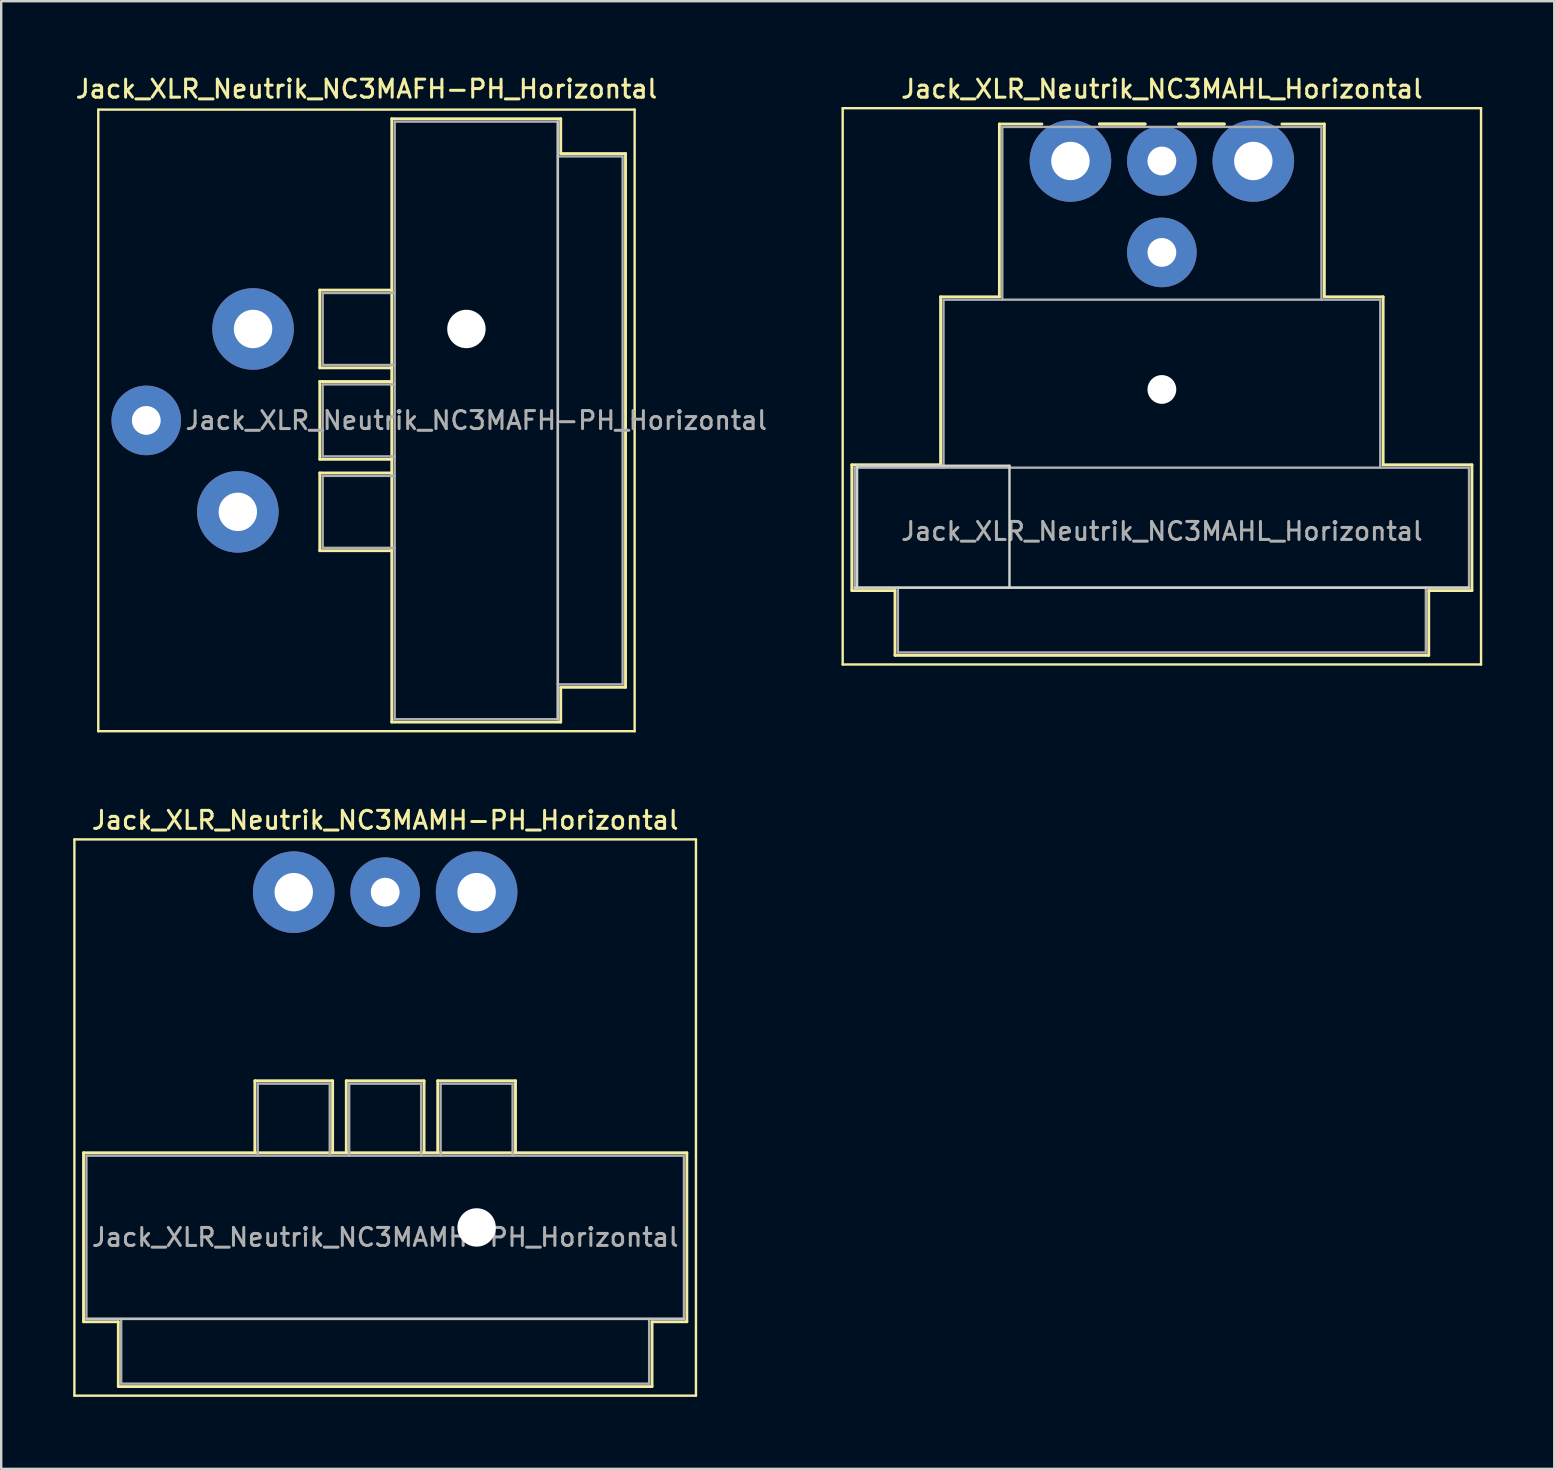
<source format=kicad_pcb>
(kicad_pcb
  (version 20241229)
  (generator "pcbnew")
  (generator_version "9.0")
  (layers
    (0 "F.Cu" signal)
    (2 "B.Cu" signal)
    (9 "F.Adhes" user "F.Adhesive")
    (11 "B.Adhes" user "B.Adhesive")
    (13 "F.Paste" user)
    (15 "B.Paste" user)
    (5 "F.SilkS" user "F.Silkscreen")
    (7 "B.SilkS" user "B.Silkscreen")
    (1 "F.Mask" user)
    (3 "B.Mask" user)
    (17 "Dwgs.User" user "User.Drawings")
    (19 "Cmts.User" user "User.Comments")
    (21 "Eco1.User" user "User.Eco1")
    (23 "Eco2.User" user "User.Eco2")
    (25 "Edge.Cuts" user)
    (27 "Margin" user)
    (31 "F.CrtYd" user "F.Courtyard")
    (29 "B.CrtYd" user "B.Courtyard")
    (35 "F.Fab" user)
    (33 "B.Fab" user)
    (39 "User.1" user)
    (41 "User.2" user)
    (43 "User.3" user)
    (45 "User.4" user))
  (footprint "Jack_XLR_Neutrik_NC3MAFH-PH_Horizontal"
    (layer "F.Cu")
    (at 7.495 10.658)
    (property "Reference" "Jack_XLR_Neutrik_NC3MAFH-PH_Horizontal" (at 4.725 -10 0) (layer "F.SilkS") (effects (font (size 0.75 0.75) (thickness 0.125))))
    (attr through_hole)
    (fp_line (start -6.45 -9.14) (end -6.45 16.76) (stroke (width 0.1) (type solid)) (layer "F.SilkS"))
    (fp_line (start 2.78 -1.62) (end 2.78 1.62) (stroke (width 0.12) (type solid)) (layer "F.SilkS"))
    (fp_line (start 2.78 2.19) (end 2.78 5.43) (stroke (width 0.12) (type solid)) (layer "F.SilkS"))
    (fp_line (start 2.78 6) (end 2.78 9.24) (stroke (width 0.12) (type solid)) (layer "F.SilkS"))
    (fp_line (start 5.78 -1.62) (end 2.78 -1.62) (stroke (width 0.12) (type solid)) (layer "F.SilkS"))
    (fp_line (start 5.78 1.62) (end 2.78 1.62) (stroke (width 0.12) (type solid)) (layer "F.SilkS"))
    (fp_line (start 5.78 2.19) (end 2.78 2.19) (stroke (width 0.12) (type solid)) (layer "F.SilkS"))
    (fp_line (start 5.78 5.43) (end 2.78 5.43) (stroke (width 0.12) (type solid)) (layer "F.SilkS"))
    (fp_line (start 5.78 6) (end 2.78 6) (stroke (width 0.12) (type solid)) (layer "F.SilkS"))
    (fp_line (start 5.78 9.24) (end 2.78 9.24) (stroke (width 0.12) (type solid)) (layer "F.SilkS"))
    (fp_line (start 5.78 16.38) (end 5.78 -8.76) (stroke (width 0.12) (type solid)) (layer "F.SilkS"))
    (fp_line (start 12.82 -8.76) (end 5.78 -8.76) (stroke (width 0.12) (type solid)) (layer "F.SilkS"))
    (fp_line (start 12.82 -8.76) (end 12.82 -7.31) (stroke (width 0.12) (type solid)) (layer "F.SilkS"))
    (fp_line (start 12.82 -7.31) (end 15.52 -7.31) (stroke (width 0.12) (type solid)) (layer "F.SilkS"))
    (fp_line (start 12.82 14.93) (end 12.82 16.38) (stroke (width 0.12) (type solid)) (layer "F.SilkS"))
    (fp_line (start 12.82 14.93) (end 15.52 14.93) (stroke (width 0.12) (type solid)) (layer "F.SilkS"))
    (fp_line (start 12.82 16.38) (end 5.78 16.38) (stroke (width 0.12) (type solid)) (layer "F.SilkS"))
    (fp_line (start 15.52 -7.31) (end 15.52 14.93) (stroke (width 0.12) (type solid)) (layer "F.SilkS"))
    (fp_line (start 15.9 -9.14) (end -6.45 -9.14) (stroke (width 0.1) (type solid)) (layer "F.SilkS"))
    (fp_line (start 15.9 -9.14) (end 15.9 16.76) (stroke (width 0.1) (type solid)) (layer "F.SilkS"))
    (fp_line (start 15.9 16.76) (end -6.45 16.76) (stroke (width 0.1) (type solid)) (layer "F.SilkS"))
    (fp_line (start 12.7 -8.64) (end 12.7 16.26) (stroke (width 0.1) (type solid)) (layer "Dwgs.User"))
    (fp_line (start 2.9 -1.5) (end 2.9 1.5) (stroke (width 0.1) (type solid)) (layer "F.Fab"))
    (fp_line (start 2.9 2.31) (end 2.9 5.31) (stroke (width 0.1) (type solid)) (layer "F.Fab"))
    (fp_line (start 2.9 6.12) (end 2.9 9.12) (stroke (width 0.1) (type solid)) (layer "F.Fab"))
    (fp_line (start 2.9 9.12) (end 5.9 9.12) (stroke (width 0.1) (type solid)) (layer "F.Fab"))
    (fp_line (start 5.9 -8.64) (end 12.7 -8.64) (stroke (width 0.1) (type solid)) (layer "F.Fab"))
    (fp_line (start 5.9 -1.5) (end 2.9 -1.5) (stroke (width 0.1) (type solid)) (layer "F.Fab"))
    (fp_line (start 5.9 1.5) (end 2.9 1.5) (stroke (width 0.1) (type solid)) (layer "F.Fab"))
    (fp_line (start 5.9 2.31) (end 2.9 2.31) (stroke (width 0.1) (type solid)) (layer "F.Fab"))
    (fp_line (start 5.9 5.31) (end 2.9 5.31) (stroke (width 0.1) (type solid)) (layer "F.Fab"))
    (fp_line (start 5.9 6.12) (end 2.9 6.12) (stroke (width 0.1) (type solid)) (layer "F.Fab"))
    (fp_line (start 5.9 16.26) (end 5.9 -8.64) (stroke (width 0.1) (type solid)) (layer "F.Fab"))
    (fp_line (start 12.7 -8.64) (end 12.7 16.26) (stroke (width 0.1) (type solid)) (layer "F.Fab"))
    (fp_line (start 12.7 -7.19) (end 15.4 -7.19) (stroke (width 0.1) (type solid)) (layer "F.Fab"))
    (fp_line (start 12.7 16.26) (end 5.9 16.26) (stroke (width 0.1) (type solid)) (layer "F.Fab"))
    (fp_line (start 15.4 -7.19) (end 15.4 14.81) (stroke (width 0.1) (type solid)) (layer "F.Fab"))
    (fp_line (start 15.4 14.81) (end 12.7 14.81) (stroke (width 0.1) (type solid)) (layer "F.Fab"))
    (fp_text user "${REFERENCE}" (at 9.3 3.81 0) (layer "F.Fab") (effects (font (size 0.75 0.75) (thickness 0.125))))
    (pad "" np_thru_hole circle (at 8.89 0) (size 1.6 1.6) (drill 1.6) (layers "*.Cu" "*.Mask"))
    (pad "1" thru_hole circle (at 0 0) (size 3.4 3.4) (drill 1.6) (layers "*.Cu" "*.Mask"))
    (pad "2" thru_hole circle (at -0.635 7.62) (size 3.4 3.4) (drill 1.6) (layers "*.Cu" "*.Mask"))
    (pad "3" thru_hole circle (at -4.45 3.81) (size 2.9 2.9) (drill 1.2) (layers "*.Cu" "*.Mask")))
  (footprint "Jack_XLR_Neutrik_NC3MAMH-PH_Horizontal"
    (layer "F.Cu")
    (at 9.19 34.126)
    (property "Reference" "Jack_XLR_Neutrik_NC3MAMH-PH_Horizontal" (at 3.81 -3 0) (layer "F.SilkS") (effects (font (size 0.75 0.75) (thickness 0.125))))
    (attr through_hole)
    (fp_line (start -9.14 20.98) (end -9.14 -2.2) (stroke (width 0.1) (type solid)) (layer "F.SilkS"))
    (fp_line (start -8.76 10.86) (end 16.38 10.86) (stroke (width 0.12) (type solid)) (layer "F.SilkS"))
    (fp_line (start -8.76 17.9) (end -8.76 10.86) (stroke (width 0.12) (type solid)) (layer "F.SilkS"))
    (fp_line (start -7.31 17.9) (end -8.76 17.9) (stroke (width 0.12) (type solid)) (layer "F.SilkS"))
    (fp_line (start -7.31 17.9) (end -7.31 20.6) (stroke (width 0.12) (type solid)) (layer "F.SilkS"))
    (fp_line (start -1.62 10.86) (end -1.62 7.86) (stroke (width 0.12) (type solid)) (layer "F.SilkS"))
    (fp_line (start 1.62 7.86) (end -1.62 7.86) (stroke (width 0.12) (type solid)) (layer "F.SilkS"))
    (fp_line (start 1.62 10.86) (end 1.62 7.86) (stroke (width 0.12) (type solid)) (layer "F.SilkS"))
    (fp_line (start 2.19 10.86) (end 2.19 7.86) (stroke (width 0.12) (type solid)) (layer "F.SilkS"))
    (fp_line (start 5.43 7.86) (end 2.19 7.86) (stroke (width 0.12) (type solid)) (layer "F.SilkS"))
    (fp_line (start 5.43 10.86) (end 5.43 7.86) (stroke (width 0.12) (type solid)) (layer "F.SilkS"))
    (fp_line (start 6 10.86) (end 6 7.86) (stroke (width 0.12) (type solid)) (layer "F.SilkS"))
    (fp_line (start 9.24 7.86) (end 6 7.86) (stroke (width 0.12) (type solid)) (layer "F.SilkS"))
    (fp_line (start 9.24 10.86) (end 9.24 7.86) (stroke (width 0.12) (type solid)) (layer "F.SilkS"))
    (fp_line (start 14.93 17.9) (end 14.93 20.6) (stroke (width 0.12) (type solid)) (layer "F.SilkS"))
    (fp_line (start 14.93 20.6) (end -7.31 20.6) (stroke (width 0.12) (type solid)) (layer "F.SilkS"))
    (fp_line (start 16.38 17.9) (end 14.93 17.9) (stroke (width 0.12) (type solid)) (layer "F.SilkS"))
    (fp_line (start 16.38 17.9) (end 16.38 10.86) (stroke (width 0.12) (type solid)) (layer "F.SilkS"))
    (fp_line (start 16.76 -2.2) (end -9.14 -2.2) (stroke (width 0.1) (type solid)) (layer "F.SilkS"))
    (fp_line (start 16.76 20.98) (end -9.14 20.98) (stroke (width 0.1) (type solid)) (layer "F.SilkS"))
    (fp_line (start 16.76 20.98) (end 16.76 -2.2) (stroke (width 0.1) (type solid)) (layer "F.SilkS"))
    (fp_line (start 16.26 17.78) (end -8.64 17.78) (stroke (width 0.1) (type solid)) (layer "Dwgs.User"))
    (fp_line (start -8.64 10.98) (end 16.26 10.98) (stroke (width 0.1) (type solid)) (layer "F.Fab"))
    (fp_line (start -8.64 17.78) (end -8.64 10.98) (stroke (width 0.1) (type solid)) (layer "F.Fab"))
    (fp_line (start -7.19 20.48) (end -7.19 17.78) (stroke (width 0.1) (type solid)) (layer "F.Fab"))
    (fp_line (start -1.5 7.98) (end -1.5 10.98) (stroke (width 0.1) (type solid)) (layer "F.Fab"))
    (fp_line (start 1.5 7.98) (end -1.5 7.98) (stroke (width 0.1) (type solid)) (layer "F.Fab"))
    (fp_line (start 1.5 10.98) (end 1.5 7.98) (stroke (width 0.1) (type solid)) (layer "F.Fab"))
    (fp_line (start 2.31 10.98) (end 2.31 7.98) (stroke (width 0.1) (type solid)) (layer "F.Fab"))
    (fp_line (start 5.31 7.98) (end 2.31 7.98) (stroke (width 0.1) (type solid)) (layer "F.Fab"))
    (fp_line (start 5.31 10.98) (end 5.31 7.98) (stroke (width 0.1) (type solid)) (layer "F.Fab"))
    (fp_line (start 6.12 10.98) (end 6.12 7.98) (stroke (width 0.1) (type solid)) (layer "F.Fab"))
    (fp_line (start 9.12 7.98) (end 6.12 7.98) (stroke (width 0.1) (type solid)) (layer "F.Fab"))
    (fp_line (start 9.12 10.98) (end 9.12 7.98) (stroke (width 0.1) (type solid)) (layer "F.Fab"))
    (fp_line (start 14.81 17.78) (end 14.81 20.48) (stroke (width 0.1) (type solid)) (layer "F.Fab"))
    (fp_line (start 14.81 20.48) (end -7.19 20.48) (stroke (width 0.1) (type solid)) (layer "F.Fab"))
    (fp_line (start 16.26 10.98) (end 16.26 17.78) (stroke (width 0.1) (type solid)) (layer "F.Fab"))
    (fp_line (start 16.26 17.78) (end -8.64 17.78) (stroke (width 0.1) (type solid)) (layer "F.Fab"))
    (fp_text user "${REFERENCE}" (at 3.81 14.38 0) (layer "F.Fab") (effects (font (size 0.75 0.75) (thickness 0.125))))
    (pad "" np_thru_hole circle (at 7.62 13.97) (size 1.6 1.6) (drill 1.6) (layers "*.Cu" "*.Mask"))
    (pad "1" thru_hole circle (at 0 0) (size 3.4 3.4) (drill 1.6) (layers "*.Cu" "*.Mask"))
    (pad "2" thru_hole circle (at 7.62 0) (size 3.4 3.4) (drill 1.6) (layers "*.Cu" "*.Mask"))
    (pad "3" thru_hole circle (at 3.81 0) (size 2.9 2.9) (drill 1.2) (layers "*.Cu" "*.Mask")))
  (footprint "Jack_XLR_Neutrik_NC3MAHL_Horizontal"
    (layer "F.Cu")
    (at 45.364 3.658)
    (property "Reference" "Jack_XLR_Neutrik_NC3MAHL_Horizontal" (at 0 -3 0) (layer "F.SilkS") (effects (font (size 0.75 0.75) (thickness 0.125))))
    (attr through_hole)
    (fp_line (start -13.3 20.98) (end -13.3 -2.2) (stroke (width 0.1) (type solid)) (layer "F.SilkS"))
    (fp_line (start -12.92 12.66) (end -9.22 12.66) (stroke (width 0.12) (type solid)) (layer "F.SilkS"))
    (fp_line (start -12.92 17.9) (end -12.92 12.66) (stroke (width 0.12) (type solid)) (layer "F.SilkS"))
    (fp_line (start -11.12 17.9) (end -12.92 17.9) (stroke (width 0.12) (type solid)) (layer "F.SilkS"))
    (fp_line (start -11.12 17.9) (end -11.12 20.6) (stroke (width 0.12) (type solid)) (layer "F.SilkS"))
    (fp_line (start -9.22 12.66) (end -9.22 5.66) (stroke (width 0.12) (type solid)) (layer "F.SilkS"))
    (fp_line (start -6.77 5.66) (end -9.22 5.66) (stroke (width 0.12) (type solid)) (layer "F.SilkS"))
    (fp_line (start -6.77 5.66) (end -6.77 -1.54) (stroke (width 0.12) (type solid)) (layer "F.SilkS"))
    (fp_line (start -5 -1.54) (end -6.77 -1.54) (stroke (width 0.12) (type solid)) (layer "F.SilkS"))
    (fp_line (start -0.7 -1.54) (end -2.6 -1.54) (stroke (width 0.12) (type solid)) (layer "F.SilkS"))
    (fp_line (start -0.7 -1.54) (end -2.6 -1.54) (stroke (width 0.12) (type solid)) (layer "F.SilkS"))
    (fp_line (start 0.7 -1.54) (end 2.6 -1.54) (stroke (width 0.12) (type solid)) (layer "F.SilkS"))
    (fp_line (start 0.7 -1.54) (end 2.6 -1.54) (stroke (width 0.12) (type solid)) (layer "F.SilkS"))
    (fp_line (start 6.77 -1.54) (end 5 -1.54) (stroke (width 0.12) (type solid)) (layer "F.SilkS"))
    (fp_line (start 6.77 5.66) (end 6.77 -1.54) (stroke (width 0.12) (type solid)) (layer "F.SilkS"))
    (fp_line (start 6.77 5.66) (end 9.22 5.66) (stroke (width 0.12) (type solid)) (layer "F.SilkS"))
    (fp_line (start 9.22 12.66) (end 9.22 5.66) (stroke (width 0.12) (type solid)) (layer "F.SilkS"))
    (fp_line (start 9.22 12.66) (end 12.92 12.66) (stroke (width 0.12) (type solid)) (layer "F.SilkS"))
    (fp_line (start 11.12 17.9) (end 11.12 20.6) (stroke (width 0.12) (type solid)) (layer "F.SilkS"))
    (fp_line (start 11.12 20.6) (end -11.12 20.6) (stroke (width 0.12) (type solid)) (layer "F.SilkS"))
    (fp_line (start 12.92 17.9) (end 11.12 17.9) (stroke (width 0.12) (type solid)) (layer "F.SilkS"))
    (fp_line (start 12.92 17.9) (end 12.92 12.66) (stroke (width 0.12) (type solid)) (layer "F.SilkS"))
    (fp_line (start 13.3 -2.2) (end -13.3 -2.2) (stroke (width 0.1) (type solid)) (layer "F.SilkS"))
    (fp_line (start 13.3 20.98) (end -13.3 20.98) (stroke (width 0.1) (type solid)) (layer "F.SilkS"))
    (fp_line (start 13.3 20.98) (end 13.3 -2.2) (stroke (width 0.1) (type solid)) (layer "F.SilkS"))
    (fp_line (start -12.7 12.7) (end -12.7 17.78) (stroke (width 0.1) (type solid)) (layer "Edge.Cuts"))
    (fp_line (start -6.35 12.7) (end -12.7 12.7) (stroke (width 0.1) (type solid)) (layer "Edge.Cuts"))
    (fp_line (start -6.35 17.78) (end -6.35 12.7) (stroke (width 0.1) (type solid)) (layer "Edge.Cuts"))
    (fp_line (start 12.8 17.78) (end -12.8 17.78) (stroke (width 0.1) (type solid)) (layer "Edge.Cuts"))
    (fp_line (start -12.8 12.78) (end 12.8 12.78) (stroke (width 0.1) (type solid)) (layer "F.Fab"))
    (fp_line (start -12.8 17.78) (end -12.8 12.78) (stroke (width 0.1) (type solid)) (layer "F.Fab"))
    (fp_line (start -11 20.48) (end -11 17.78) (stroke (width 0.1) (type solid)) (layer "F.Fab"))
    (fp_line (start -9.1 5.78) (end -9.1 12.78) (stroke (width 0.1) (type solid)) (layer "F.Fab"))
    (fp_line (start -9.1 5.78) (end 9.1 5.78) (stroke (width 0.1) (type solid)) (layer "F.Fab"))
    (fp_line (start -6.65 5.78) (end -6.65 -1.42) (stroke (width 0.1) (type solid)) (layer "F.Fab"))
    (fp_line (start 6.65 -1.42) (end -6.65 -1.42) (stroke (width 0.1) (type solid)) (layer "F.Fab"))
    (fp_line (start 6.65 5.78) (end 6.65 -1.42) (stroke (width 0.1) (type solid)) (layer "F.Fab"))
    (fp_line (start 9.1 12.78) (end 9.1 5.78) (stroke (width 0.1) (type solid)) (layer "F.Fab"))
    (fp_line (start 11 17.78) (end 11 20.48) (stroke (width 0.1) (type solid)) (layer "F.Fab"))
    (fp_line (start 11 20.48) (end -11 20.48) (stroke (width 0.1) (type solid)) (layer "F.Fab"))
    (fp_line (start 12.8 12.78) (end 12.8 17.78) (stroke (width 0.1) (type solid)) (layer "F.Fab"))
    (fp_line (start 12.8 17.78) (end -12.8 17.78) (stroke (width 0.1) (type solid)) (layer "F.Fab"))
    (fp_text user "${REFERENCE}" (at 0 15.43 0) (layer "F.Fab") (effects (font (size 0.75 0.75) (thickness 0.125))))
    (pad "" np_thru_hole circle (at 0 9.52) (size 1.2 1.2) (drill 1.2) (layers "*.Cu" "*.Mask"))
    (pad "1" thru_hole circle (at 0 0) (size 2.9 2.9) (drill 1.2) (layers "*.Cu" "*.Mask"))
    (pad "2" thru_hole circle (at -3.81 0) (size 3.4 3.4) (drill 1.6) (layers "*.Cu" "*.Mask"))
    (pad "3" thru_hole circle (at 3.81 0) (size 3.4 3.4) (drill 1.6) (layers "*.Cu" "*.Mask"))
    (pad "G" thru_hole circle (at 0 3.81) (size 2.9 2.9) (drill 1.2) (layers "*.Cu" "*.Mask")))
  (gr_rect
    (start -3 -3)
    (end 61.714 58.156)
    (stroke (width 0.1) (type default))
    (fill no)
    (layer "Edge.Cuts")))
</source>
